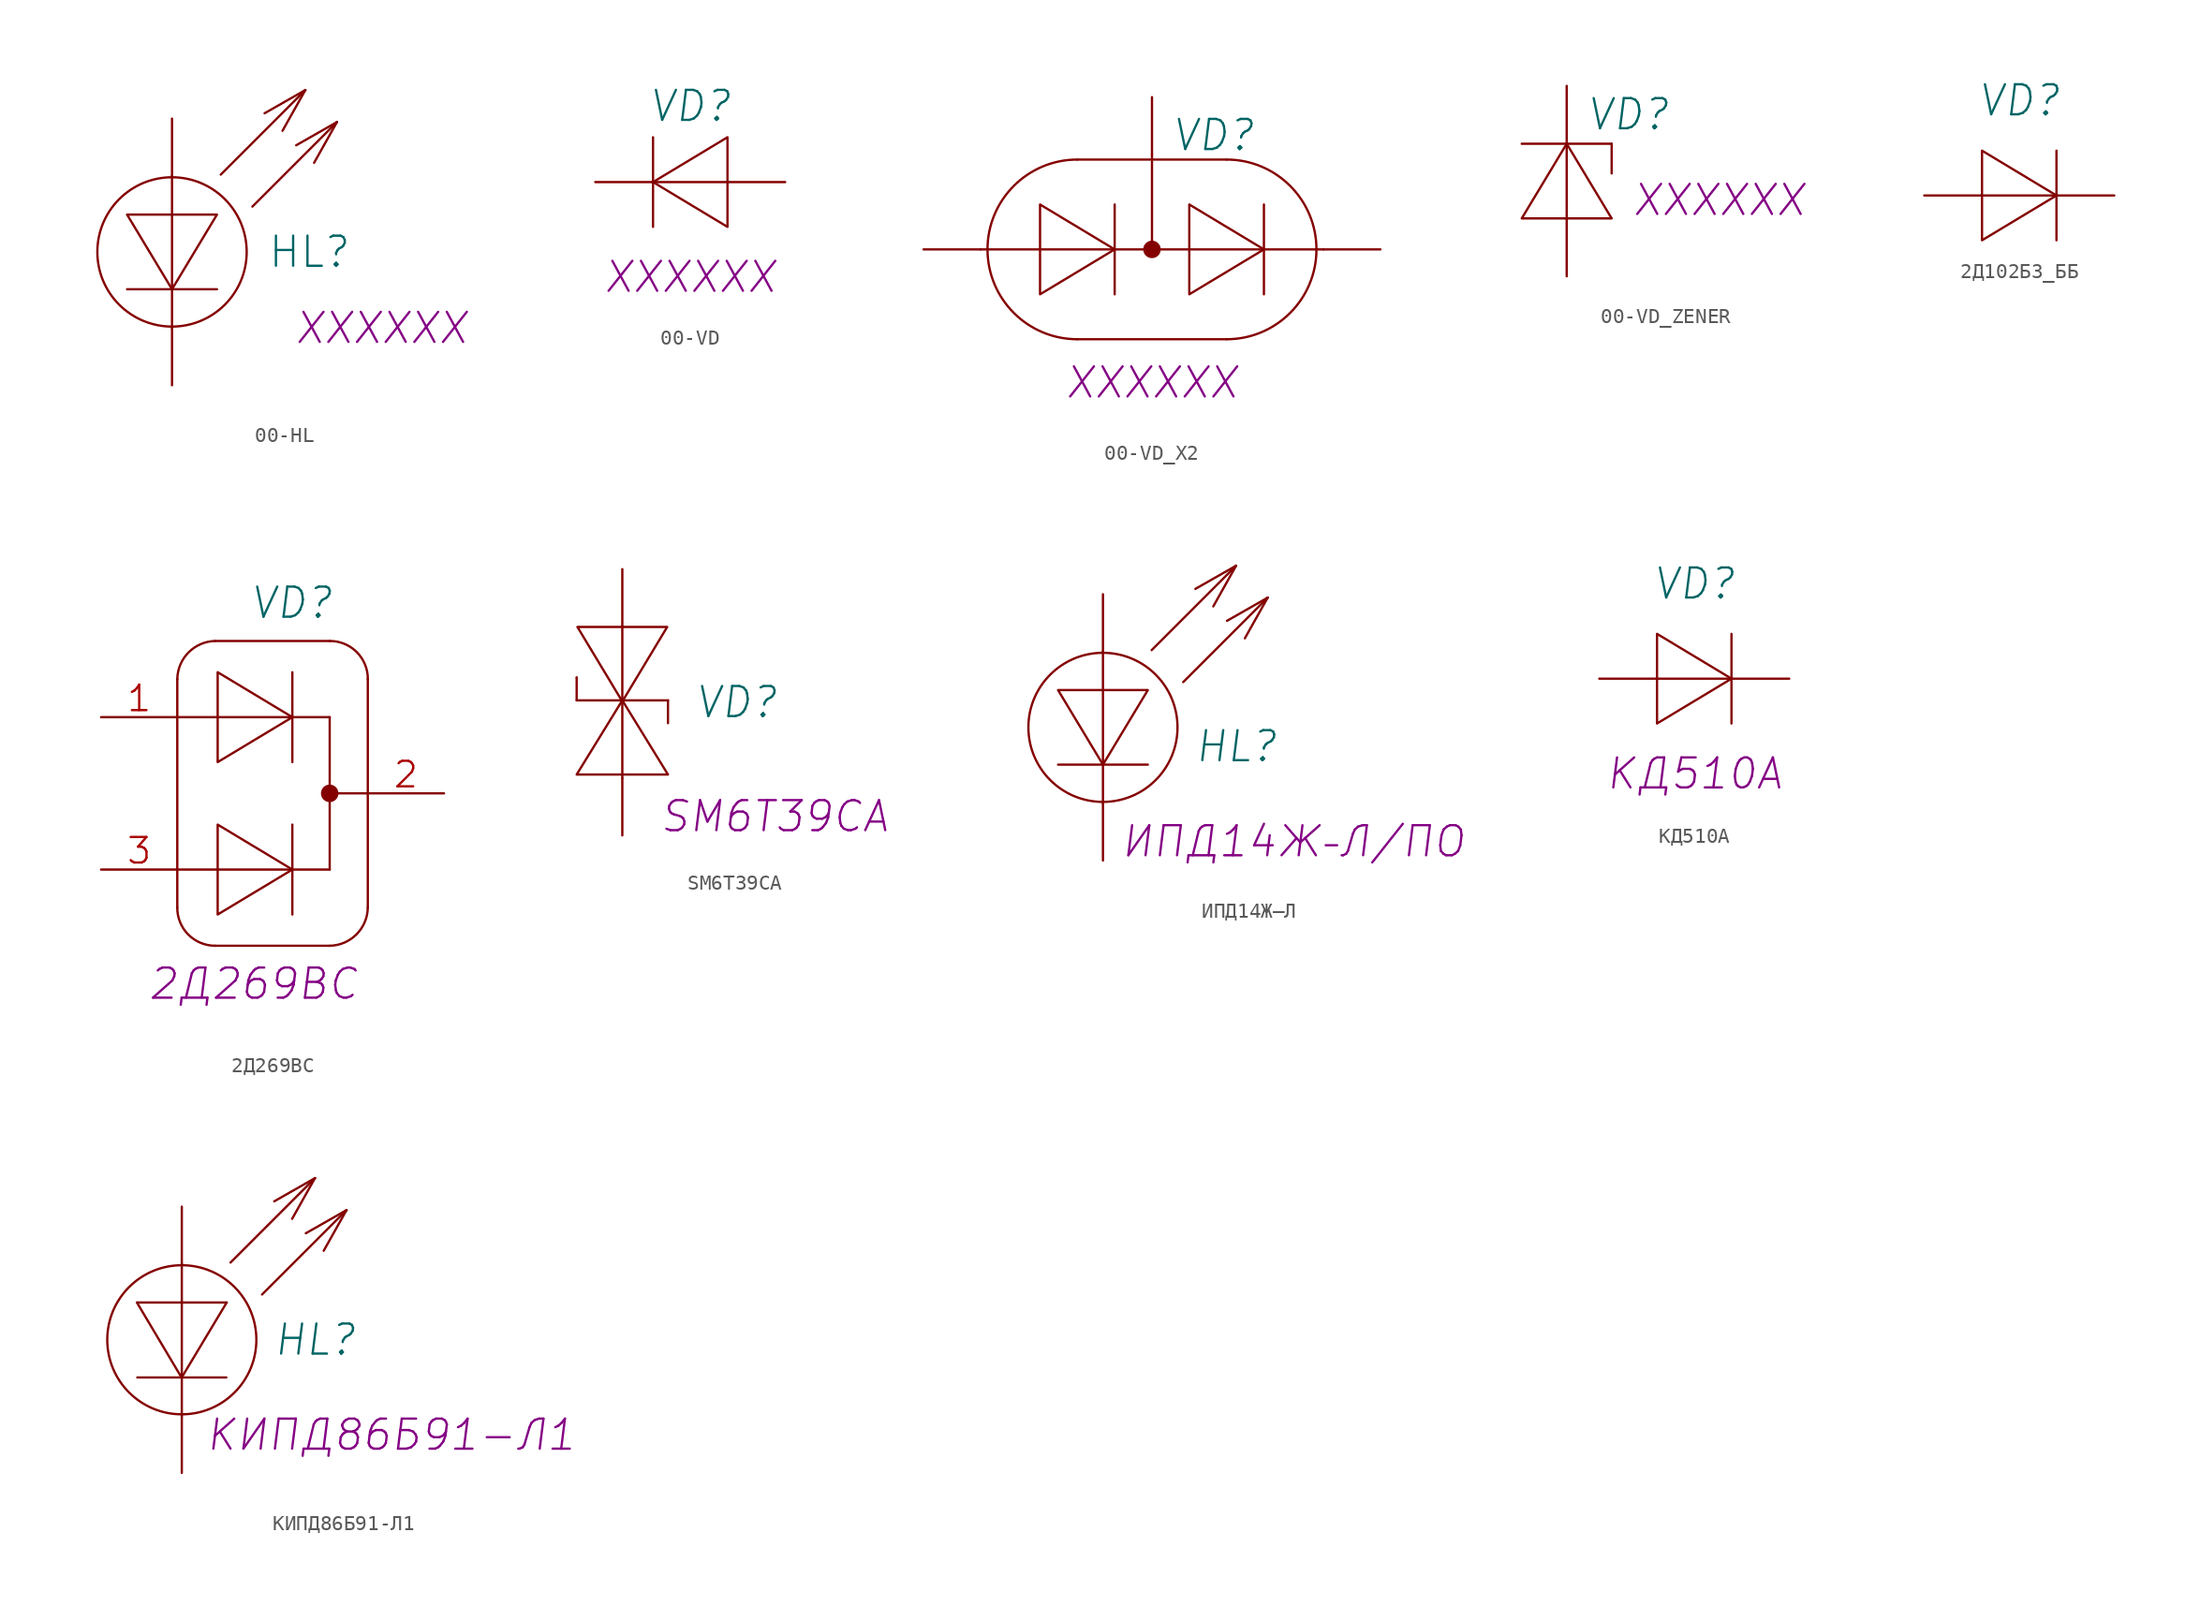
<source format=kicad_sym>
(kicad_symbol_lib
  (version 20200126)
  (host kicad_symbol_editor "(5.99.0-2385-g7067e42da)")
  (symbol "[LTM][Diodes]:00-HL"
    (pin_numbers hide)
    (pin_names
      (offset 0) hide)
    (property "Reference" "HL"
      (at 6.35 -8.89 0)
      (effects (font (size 2.007 2.007)) (justify left)))
    (property "ValueName" "XXXXXX"
      (at 13.97 -13.97 0)
      (effects (font (size 2.007 2.007) italic)))
    (symbol "00-HL_0_1"
      (circle (center 0 -8.89) (radius 4.978) (stroke (width 0)) (fill (type none)))
      (polyline (pts (xy 0 -13.97) (xy 0 -3.81)) (stroke (width 0)) (fill (type none)))
      (polyline (pts (xy 2.997 -11.379) (xy -2.997 -11.379)) (stroke (width 0)) (fill (type none)))
      (polyline (pts (xy 6.172 0.356) (xy 8.89 1.905)) (stroke (width 0)) (fill (type none)))
      (polyline (pts (xy 8.28 -1.778) (xy 10.998 -0.229)) (stroke (width 0)) (fill (type none)))
      (polyline (pts (xy 8.89 1.905) (xy 3.251 -3.734)) (stroke (width 0)) (fill (type none)))
      (polyline (pts (xy 8.89 1.905) (xy 7.366 -0.813)) (stroke (width 0)) (fill (type none)))
      (polyline (pts (xy 10.998 -0.229) (xy 5.359 -5.867)) (stroke (width 0)) (fill (type none)))
      (polyline (pts (xy 10.998 -0.229) (xy 9.474 -2.946)) (stroke (width 0)) (fill (type none)))
      (polyline (pts (xy 0 -11.379) (xy 2.997 -6.401) (xy -2.997 -6.401) (xy 0 -11.379)) (stroke (width 0)) (fill (type none))))
    (symbol "00-HL_1_1"
      (pin passive line (at 0 -17.78 90) (length 3.81) (name "K" (effects (font (size 2.007 2.007)))) (number "1" (effects (font (size 2.007 2.007)))))
      (pin passive line (at 0 0 270) (length 3.81) (name "A" (effects (font (size 2.007 2.007)))) (number "2" (effects (font (size 2.007 2.007)))))))
  (symbol "[LTM][Diodes]:00-VD"
    (pin_numbers hide)
    (pin_names
      (offset 0) hide)
    (property "Reference" "VD"
      (at 0 5.08 0)
      (effects (font (size 2.007 2.007) italic)))
    (property "ValueName" "XXXXXX"
      (at 0 -6.35 0)
      (effects (font (size 2.007 2.007) italic)))
    (symbol "00-VD_0_1"
      (polyline (pts (xy -2.54 0) (xy 2.54 0)) (stroke (width 0)) (fill (type none)))
      (polyline (pts (xy -2.489 2.997) (xy -2.489 -2.997)) (stroke (width 0)) (fill (type none)))
      (polyline (pts (xy -2.489 0) (xy 2.489 2.997) (xy 2.489 -2.997) (xy -2.489 0)) (stroke (width 0)) (fill (type none))))
    (symbol "00-VD_1_1"
      (pin passive line (at -6.35 0 0) (length 3.81) (name "K" (effects (font (size 2.007 2.007)))) (number "1" (effects (font (size 2.007 2.007)))))
      (pin passive line (at 6.35 0 180) (length 3.81) (name "A" (effects (font (size 2.007 2.007)))) (number "2" (effects (font (size 2.007 2.007)))))))
  (symbol "[LTM][Diodes]:00-VD_X2"
    (pin_numbers hide)
    (pin_names
      (offset 0) hide)
    (property "Reference" "VD"
      (at 1.27 7.62 0)
      (effects (font (size 2.007 2.007) italic) (justify left)))
    (property "ValueName" "XXXXXX"
      (at 0 -8.89 0)
      (effects (font (size 2.007 2.007) italic)))
    (symbol "00-VD_X2_0_1"
      (arc (start -4.9784 5.9944) (end -4.9784 -5.9944) (radius (at -4.9784 0) (length 5.9944) (angles 90.1 -90.1)) (stroke (width 0)) (fill (type none)))
      (arc (start 4.9784 -5.9944) (end 4.9784 5.9944) (radius (at 4.9784 0) (length 5.9944) (angles -89.9 89.9)) (stroke (width 0)) (fill (type none)))
      (circle (center 0 0) (radius 0.508) (stroke (width 0)) (fill (type outline)))
      (polyline (pts (xy -11.43 0) (xy 11.43 0)) (stroke (width 0)) (fill (type none)))
      (polyline (pts (xy -4.978 -5.994) (xy 4.978 -5.994)) (stroke (width 0)) (fill (type none)))
      (polyline (pts (xy -4.978 5.994) (xy 4.978 5.994)) (stroke (width 0)) (fill (type none)))
      (polyline (pts (xy -2.489 2.997) (xy -2.489 -2.997)) (stroke (width 0)) (fill (type none)))
      (polyline (pts (xy 0 6.35) (xy 0 0)) (stroke (width 0)) (fill (type none)))
      (polyline (pts (xy 7.468 2.997) (xy 7.468 -2.997)) (stroke (width 0)) (fill (type none)))
      (polyline (pts (xy -2.489 0) (xy -7.468 2.997) (xy -7.468 -2.997) (xy -2.489 0)) (stroke (width 0)) (fill (type none)))
      (polyline (pts (xy 7.468 0) (xy 2.489 2.997) (xy 2.489 -2.997) (xy 7.468 0)) (stroke (width 0)) (fill (type none))))
    (symbol "00-VD_X2_1_1"
      (pin passive line (at -15.24 0 0) (length 3.81) (name "A" (effects (font (size 2.007 2.007)))) (number "1" (effects (font (size 2.007 2.007)))))
      (pin passive line (at 15.24 0 180) (length 3.81) (name "K" (effects (font (size 2.007 2.007)))) (number "2" (effects (font (size 2.007 2.007)))))
      (pin passive line (at 0 10.16 270) (length 3.81) (name "common" (effects (font (size 2.007 2.007)))) (number "3" (effects (font (size 2.007 2.007)))))))
  (symbol "[LTM][Diodes]:00-VD_ZENER"
    (pin_numbers hide)
    (pin_names
      (offset 0) hide)
    (property "Reference" "VD"
      (at 1.27 4.445 0)
      (effects (font (size 2.007 2.007) italic) (justify left)))
    (property "ValueName" "XXXXXX"
      (at 10.16 -1.27 0)
      (effects (font (size 2.007 2.007) italic)))
    (symbol "00-VD_ZENER_0_1"
      (polyline (pts (xy -2.997 2.489) (xy 2.997 2.489)) (stroke (width 0)) (fill (type none)))
      (polyline (pts (xy 0 2.54) (xy 0 -2.54)) (stroke (width 0)) (fill (type none)))
      (polyline (pts (xy 2.997 2.489) (xy 2.997 0.508)) (stroke (width 0)) (fill (type none)))
      (polyline (pts (xy 0 2.489) (xy -2.997 -2.489) (xy 2.997 -2.489) (xy 0 2.489)) (stroke (width 0)) (fill (type none))))
    (symbol "00-VD_ZENER_1_1"
      (pin passive line (at 0 6.35 270) (length 3.81) (name "K" (effects (font (size 2.007 2.007)))) (number "1" (effects (font (size 2.007 2.007)))))
      (pin passive line (at 0 -6.35 90) (length 3.81) (name "A" (effects (font (size 2.007 2.007)))) (number "2" (effects (font (size 2.007 2.007)))))))
  (symbol "[LTM][Diodes]:2Д102Б3_ББ"
    (pin_numbers hide)
    (pin_names
      (offset 0) hide)
    (property "Reference" "VD"
      (at 6.35 6.35 0)
      (effects (font (size 2.007 2.007) italic)))
    (symbol "2Д102Б3_ББ_1_1"
      (polyline (pts (xy 8.839 -2.997) (xy 8.839 2.997)) (stroke (width 0)) (fill (type none)))
      (polyline (pts (xy 8.89 0) (xy 3.81 0)) (stroke (width 0)) (fill (type none)))
      (polyline (pts (xy 8.839 0) (xy 3.861 -2.997) (xy 3.861 2.997) (xy 8.839 0)) (stroke (width 0)) (fill (type none)))
      (pin passive line (at 0 0 0) (length 3.81) (name "A" (effects (font (size 2.007 2.007)))) (number "1" (effects (font (size 2.007 2.007)))))
      (pin passive line (at 12.7 0 180) (length 3.81) (name "K" (effects (font (size 2.007 2.007)))) (number "2" (effects (font (size 2.007 2.007)))))))
  (symbol "[LTM][Diodes]:2Д269ВС"
    (pin_names
      (offset 0.025) hide)
    (property "Reference" "VD"
      (at 12.7 7.62 0)
      (effects (font (size 2.007 2.007) italic)))
    (property "ValueName" "2Д269ВС"
      (at 10.16 -17.78 0)
      (effects (font (size 2.007 2.007) italic)))
    (symbol "2Д269ВС_0_1"
      (arc (start 5.08 -12.7) (end 7.62 -15.24) (radius (at 7.62 -12.6746) (length 2.54) (angles -179.4 -90)) (stroke (width 0)) (fill (type none)))
      (arc (start 5.08 2.54) (end 7.62 5.08) (radius (at 7.62 2.5146) (length 2.54) (angles 179.4 90)) (stroke (width 0)) (fill (type none)))
      (arc (start 17.78 -12.7) (end 15.24 -15.24) (radius (at 15.24 -12.6746) (length 2.54) (angles -0.6 -90)) (stroke (width 0)) (fill (type none)))
      (arc (start 17.78 2.54) (end 15.24 5.08) (radius (at 15.24 2.5146) (length 2.54) (angles 0.6 90)) (stroke (width 0)) (fill (type none)))
      (polyline (pts (xy 5.08 -12.7) (xy 5.08 2.54)) (stroke (width 0)) (fill (type none)))
      (polyline (pts (xy 7.62 -15.24) (xy 15.24 -15.24)) (stroke (width 0)) (fill (type none)))
      (polyline (pts (xy 7.62 5.08) (xy 15.24 5.08)) (stroke (width 0)) (fill (type none)))
      (polyline (pts (xy 15.24 -10.16) (xy 5.08 -10.16)) (stroke (width 0)) (fill (type none)))
      (polyline (pts (xy 15.24 0) (xy 5.08 0)) (stroke (width 0)) (fill (type none)))
      (polyline (pts (xy 15.24 0) (xy 15.24 -10.16)) (stroke (width 0)) (fill (type none)))
      (polyline (pts (xy 17.78 -12.7) (xy 17.78 2.54)) (stroke (width 0)) (fill (type none)))
      (polyline (pts (xy 17.78 -5.08) (xy 15.24 -5.08)) (stroke (width 0)) (fill (type none))))
    (symbol "2Д269ВС_1_1"
      (circle (center 15.24 -5.08) (radius 0.508) (stroke (width 0)) (fill (type outline)))
      (polyline (pts (xy 12.751 -7.163) (xy 12.751 -13.157)) (stroke (width 0)) (fill (type none)))
      (polyline (pts (xy 12.751 2.997) (xy 12.751 -2.997)) (stroke (width 0)) (fill (type none)))
      (polyline (pts (xy 12.751 -10.16) (xy 7.772 -7.163) (xy 7.772 -13.157) (xy 12.751 -10.16)) (stroke (width 0)) (fill (type none)))
      (polyline (pts (xy 12.751 0) (xy 7.772 2.997) (xy 7.772 -2.997) (xy 12.751 0)) (stroke (width 0)) (fill (type none)))
      (pin power_in line (at 0 0 0) (length 5.08) (name "A1" (effects (font (size 1.702 1.702)))) (number "1" (effects (font (size 1.702 1.702)))))
      (pin power_out line (at 22.86 -5.08 180) (length 5.08) (name "K" (effects (font (size 1.702 1.702)))) (number "2" (effects (font (size 1.702 1.702)))))
      (pin power_in line (at 0 -10.16 0) (length 5.08) (name "A2" (effects (font (size 1.702 1.702)))) (number "3" (effects (font (size 1.702 1.702)))))))
  (symbol "[LTM][Diodes]:SM6T39CA"
    (pin_numbers hide)
    (pin_names
      (offset 0) hide)
    (property "Reference" "VD"
      (at 7.62 -8.89 0)
      (effects (font (size 2.007 2.007) italic)))
    (property "ValueName" "SM6T39CA"
      (at 10.16 -16.51 0)
      (effects (font (size 2.007 2.007) italic)))
    (symbol "SM6T39CA_1_1"
      (polyline (pts (xy -3.048 -8.763) (xy -3.048 -7.239)) (stroke (width 0)) (fill (type none)))
      (polyline (pts (xy -3.048 -7.239) (xy -3.048 -7.239)) (stroke (width 0)) (fill (type none)))
      (polyline (pts (xy 0 -8.89) (xy 0 -3.81)) (stroke (width 0)) (fill (type none)))
      (polyline (pts (xy 3.048 -10.287) (xy 3.048 -8.763)) (stroke (width 0)) (fill (type none)))
      (polyline (pts (xy 3.048 -8.763) (xy -3.048 -8.763)) (stroke (width 0)) (fill (type none)))
      (polyline (pts (xy 0 -13.97) (xy 0 -13.716) (xy 0 -13.97) (xy 0 -8.89)) (stroke (width 0)) (fill (type none)))
      (polyline (pts (xy 0 -8.839) (xy 2.997 -3.861) (xy -2.997 -3.861) (xy 0 -8.839)) (stroke (width 0)) (fill (type none)))
      (polyline (pts (xy 0 -8.763) (xy 3.048 -13.716) (xy -3.048 -13.716) (xy 0 -8.763)) (stroke (width 0)) (fill (type none)))
      (pin passive line (at 0 -17.78 90) (length 3.81) (name "А" (effects (font (size 2.007 2.007)))) (number "1" (effects (font (size 2.007 2.007)))))
      (pin passive line (at 0 0 270) (length 3.81) (name "A" (effects (font (size 2.007 2.007)))) (number "2" (effects (font (size 2.007 2.007)))))))
  (symbol "[LTM][Diodes]:ИПД14Ж–Л"
    (pin_numbers hide)
    (pin_names
      (offset 0) hide)
    (property "Reference" "HL"
      (at 8.89 -10.16 0)
      (effects (font (size 2.007 2.007) italic)))
    (property "ValueName" "ИПД14Ж–Л/ПО"
      (at 12.7 -16.51 0)
      (effects (font (size 2.007 2.007) italic)))
    (symbol "ИПД14Ж–Л_0_1"
      (circle (center 0 -8.89) (radius 4.978) (stroke (width 0)) (fill (type none)))
      (polyline (pts (xy 0 -13.97) (xy 0 -3.81)) (stroke (width 0)) (fill (type none)))
      (polyline (pts (xy 2.997 -11.379) (xy -2.997 -11.379)) (stroke (width 0)) (fill (type none)))
      (polyline (pts (xy 6.172 0.356) (xy 8.89 1.905)) (stroke (width 0)) (fill (type none)))
      (polyline (pts (xy 8.28 -1.778) (xy 10.998 -0.229)) (stroke (width 0)) (fill (type none)))
      (polyline (pts (xy 8.89 1.905) (xy 3.251 -3.734)) (stroke (width 0)) (fill (type none)))
      (polyline (pts (xy 8.89 1.905) (xy 7.366 -0.813)) (stroke (width 0)) (fill (type none)))
      (polyline (pts (xy 10.998 -0.229) (xy 5.359 -5.867)) (stroke (width 0)) (fill (type none)))
      (polyline (pts (xy 10.998 -0.229) (xy 9.474 -2.946)) (stroke (width 0)) (fill (type none)))
      (polyline (pts (xy 0 -11.379) (xy 2.997 -6.401) (xy -2.997 -6.401) (xy 0 -11.379)) (stroke (width 0)) (fill (type none))))
    (symbol "ИПД14Ж–Л_1_1"
      (pin passive line (at 0 -17.78 90) (length 3.81) (name "K" (effects (font (size 2.007 2.007)))) (number "1" (effects (font (size 2.007 2.007)))))
      (pin passive line (at 0 0 270) (length 3.81) (name "A" (effects (font (size 2.007 2.007)))) (number "2" (effects (font (size 2.007 2.007)))))))
  (symbol "[LTM][Diodes]:КД510А"
    (pin_numbers hide)
    (pin_names
      (offset 0) hide)
    (property "Reference" "VD"
      (at 6.35 6.35 0)
      (effects (font (size 2.007 2.007) italic)))
    (property "ValueName" "КД510А"
      (at 6.35 -6.35 0)
      (effects (font (size 2.007 2.007) italic)))
    (symbol "КД510А_1_1"
      (polyline (pts (xy 8.839 -2.997) (xy 8.839 2.997)) (stroke (width 0)) (fill (type none)))
      (polyline (pts (xy 8.89 0) (xy 3.81 0)) (stroke (width 0)) (fill (type none)))
      (polyline (pts (xy 8.839 0) (xy 3.861 -2.997) (xy 3.861 2.997) (xy 8.839 0)) (stroke (width 0)) (fill (type none)))
      (pin passive line (at 0 0 0) (length 3.81) (name "A" (effects (font (size 2.007 2.007)))) (number "1" (effects (font (size 2.007 2.007)))))
      (pin passive line (at 12.7 0 180) (length 3.81) (name "K" (effects (font (size 2.007 2.007)))) (number "2" (effects (font (size 2.007 2.007)))))))
  (symbol "[LTM][Diodes]:КИПД86Б91-Л1"
    (pin_numbers hide)
    (pin_names
      (offset 0) hide)
    (property "Reference" "HL"
      (at 8.89 -8.89 0)
      (effects (font (size 2.007 2.007) italic)))
    (property "ValueName" "КИПД86Б91-Л1"
      (at 13.97 -15.24 0)
      (effects (font (size 2.007 2.007) italic)))
    (symbol "КИПД86Б91-Л1_1_1"
      (circle (center 0 -8.89) (radius 4.978) (stroke (width 0)) (fill (type none)))
      (polyline (pts (xy -2.997 -6.401) (xy 2.997 -6.401)) (stroke (width 0)) (fill (type none)))
      (polyline (pts (xy -2.972 -11.405) (xy 2.972 -11.405)) (stroke (width 0)) (fill (type none)))
      (polyline (pts (xy -0.051 -11.354) (xy -2.997 -6.401)) (stroke (width 0)) (fill (type none)))
      (polyline (pts (xy 0 -3.81) (xy 0 -13.97)) (stroke (width 0)) (fill (type none)))
      (polyline (pts (xy 2.997 -6.401) (xy 0.025 -11.354)) (stroke (width 0)) (fill (type none)))
      (polyline (pts (xy 6.172 0.356) (xy 8.89 1.905)) (stroke (width 0)) (fill (type none)))
      (polyline (pts (xy 8.28 -1.778) (xy 10.998 -0.229)) (stroke (width 0)) (fill (type none)))
      (polyline (pts (xy 8.89 1.905) (xy 3.251 -3.734)) (stroke (width 0)) (fill (type none)))
      (polyline (pts (xy 8.89 1.905) (xy 7.366 -0.813)) (stroke (width 0)) (fill (type none)))
      (polyline (pts (xy 10.998 -0.229) (xy 5.359 -5.867)) (stroke (width 0)) (fill (type none)))
      (polyline (pts (xy 10.998 -0.229) (xy 9.474 -2.946)) (stroke (width 0)) (fill (type none)))
      (pin passive line (at 0 0 270) (length 3.81) (name "А" (effects (font (size 2.007 2.007)))) (number "1" (effects (font (size 2.007 2.007)))))
      (pin passive line (at 0 -17.78 90) (length 3.81) (name "К" (effects (font (size 2.007 2.007)))) (number "2" (effects (font (size 2.007 2.007))))))))
</source>
